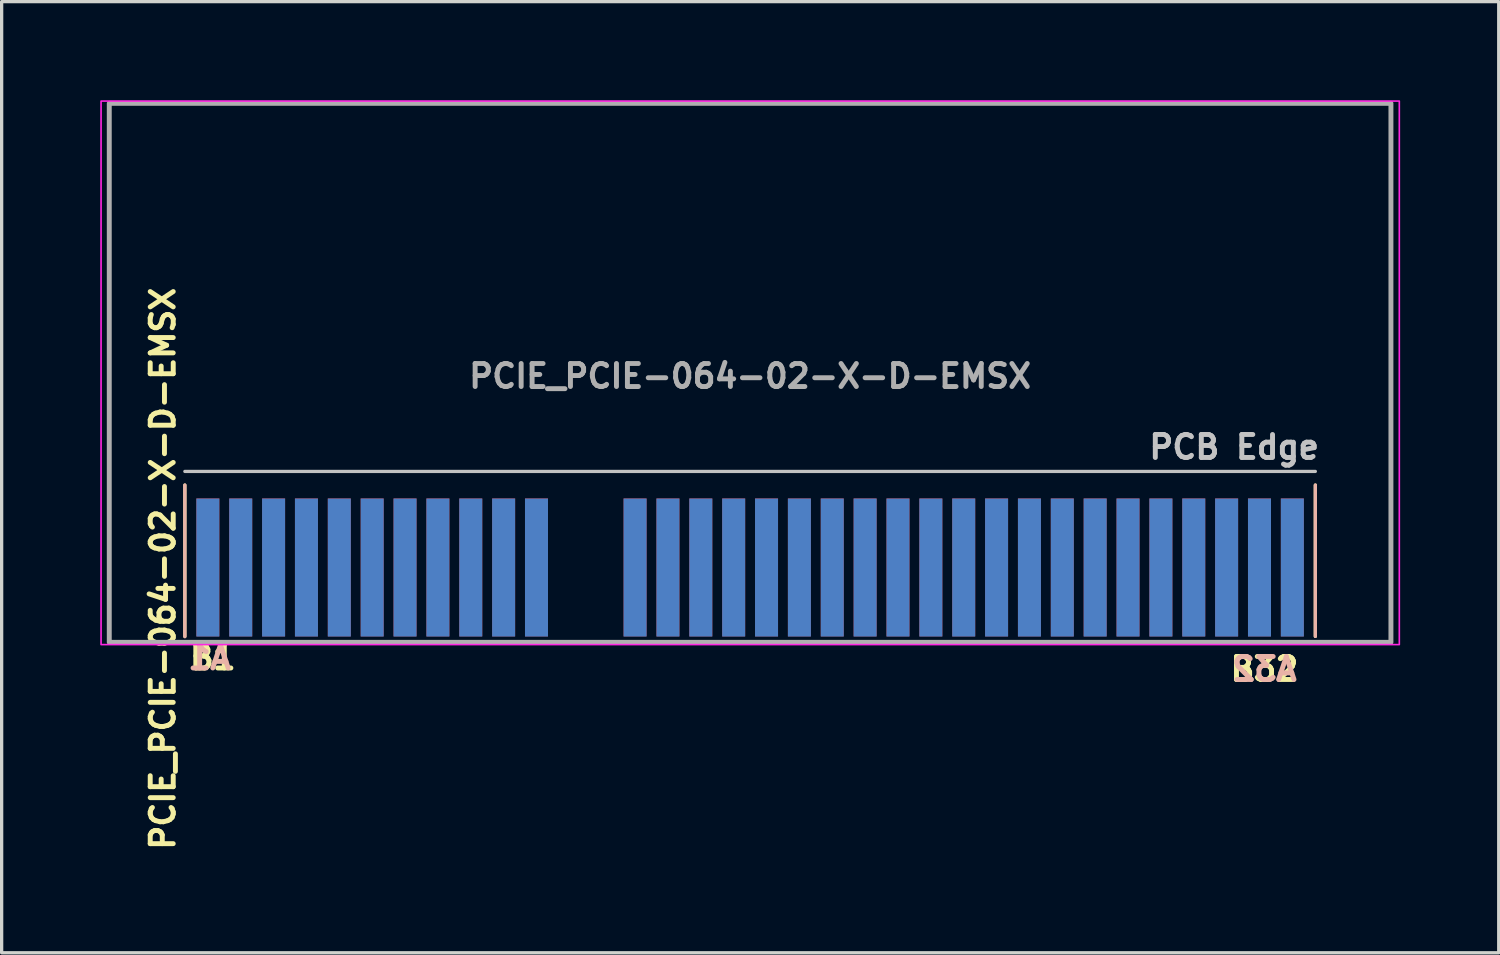
<source format=kicad_pcb>
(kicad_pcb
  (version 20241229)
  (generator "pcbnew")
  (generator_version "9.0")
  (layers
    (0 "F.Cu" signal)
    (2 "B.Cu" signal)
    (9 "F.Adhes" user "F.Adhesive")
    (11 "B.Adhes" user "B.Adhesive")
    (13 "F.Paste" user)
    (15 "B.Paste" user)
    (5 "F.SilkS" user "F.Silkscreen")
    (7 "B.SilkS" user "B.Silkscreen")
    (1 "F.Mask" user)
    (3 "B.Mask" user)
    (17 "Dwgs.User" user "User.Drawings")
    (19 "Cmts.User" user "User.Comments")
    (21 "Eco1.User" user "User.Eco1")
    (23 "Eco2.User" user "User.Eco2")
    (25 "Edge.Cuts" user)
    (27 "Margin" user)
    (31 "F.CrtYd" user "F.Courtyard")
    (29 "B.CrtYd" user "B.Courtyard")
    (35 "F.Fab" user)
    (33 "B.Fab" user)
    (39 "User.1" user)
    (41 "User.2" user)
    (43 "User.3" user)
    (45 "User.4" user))
  (footprint "PCIE_PCIE-064-02-X-D-EMSX"
    (layer "F.Cu")
    (at 19.775 8.295)
    (property "Reference" "PCIE_PCIE-064-02-X-D-EMSX" (at -17.87 5.96 90) (layer "F.SilkS") (effects (font (size 0.7 0.7) (thickness 0.15))))
    (attr smd)
    (fp_line (start -17.2 8.02) (end -17.2 3.415) (stroke (width 0.1) (type solid)) (layer "F.SilkS"))
    (fp_line (start 17.2 3.415) (end 17.2 8.02) (stroke (width 0.1) (type solid)) (layer "F.SilkS"))
    (fp_line (start -17.2 8.03) (end -17.2 3.415) (stroke (width 0.1) (type solid)) (layer "B.SilkS"))
    (fp_line (start 17.2 3.415) (end 17.2 8.02) (stroke (width 0.1) (type solid)) (layer "B.SilkS"))
    (fp_line (start -17.2 3) (end 17.2 3) (stroke (width 0.1) (type solid)) (layer "Dwgs.User"))
    (fp_rect (start -19.75 -8.27) (end 19.755 8.27) (stroke (width 0.05) (type solid)) (fill no) (layer "F.CrtYd"))
    (fp_rect (start -19.5 -8.2) (end 19.5 8.2) (stroke (width 0.15) (type solid)) (fill no) (layer "F.Fab"))
    (fp_rect (start -19.5 -8.2) (end 19.5 8.2) (stroke (width 0.15) (type solid)) (fill no) (layer "User.5"))
    (fp_text user "B1" (at -16.35 8.665 0) (layer "F.SilkS") (effects (font (size 0.7 0.7) (thickness 0.15))))
    (fp_text user "B32" (at 15.65 9.015 0) (layer "F.SilkS") (effects (font (size 0.7 0.7) (thickness 0.15))))
    (fp_text user "A32" (at 15.65 9.015 0) (layer "B.SilkS") (effects (font (size 0.7 0.7) (thickness 0.15)) (justify mirror)))
    (fp_text user "A1" (at -16.45 8.665 0) (layer "B.SilkS") (effects (font (size 0.7 0.7) (thickness 0.15)) (justify mirror)))
    (fp_text user "PCB Edge" (at 14.73 2.26 0) (unlocked yes) (layer "Dwgs.User") (effects (font (size 0.7 0.7) (thickness 0.15))))
    (fp_text user "${REFERENCE}" (at 0 0.1 0) (layer "F.Fab") (effects (font (size 0.7 0.7) (thickness 0.15))))
    (pad "A1" smd rect (at -16.5 5.925) (size 0.7 4.2) (layers "F.Mask" "B.Cu" "F.Paste"))
    (pad "A2" smd rect (at -15.5 5.925) (size 0.7 4.2) (layers "F.Mask" "B.Cu" "F.Paste"))
    (pad "A3" smd rect (at -14.5 5.925) (size 0.7 4.2) (layers "F.Mask" "B.Cu" "F.Paste"))
    (pad "A4" smd rect (at -13.5 5.925) (size 0.7 4.2) (layers "F.Mask" "B.Cu" "F.Paste"))
    (pad "A5" smd rect (at -12.5 5.925) (size 0.7 4.2) (layers "F.Mask" "B.Cu" "F.Paste"))
    (pad "A6" smd rect (at -11.5 5.925) (size 0.7 4.2) (layers "F.Mask" "B.Cu" "F.Paste"))
    (pad "A7" smd rect (at -10.5 5.925) (size 0.7 4.2) (layers "F.Mask" "B.Cu" "F.Paste"))
    (pad "A8" smd rect (at -9.5 5.925) (size 0.7 4.2) (layers "F.Mask" "B.Cu" "F.Paste"))
    (pad "A9" smd rect (at -8.5 5.925) (size 0.7 4.2) (layers "F.Mask" "B.Cu" "F.Paste"))
    (pad "A10" smd rect (at -7.5 5.925) (size 0.7 4.2) (layers "F.Mask" "B.Cu" "F.Paste"))
    (pad "A11" smd rect (at -6.5 5.925) (size 0.7 4.2) (layers "F.Mask" "B.Cu" "F.Paste"))
    (pad "A12" smd rect (at -3.5 5.925) (size 0.7 4.2) (layers "F.Mask" "B.Cu" "F.Paste"))
    (pad "A13" smd rect (at -2.5 5.925) (size 0.7 4.2) (layers "F.Mask" "B.Cu" "F.Paste"))
    (pad "A14" smd rect (at -1.5 5.925) (size 0.7 4.2) (layers "F.Mask" "B.Cu" "F.Paste"))
    (pad "A15" smd rect (at -0.5 5.925) (size 0.7 4.2) (layers "F.Mask" "B.Cu" "F.Paste"))
    (pad "A16" smd rect (at 0.5 5.925) (size 0.7 4.2) (layers "F.Mask" "B.Cu" "F.Paste"))
    (pad "A17" smd rect (at 1.5 5.925) (size 0.7 4.2) (layers "F.Mask" "B.Cu" "F.Paste"))
    (pad "A18" smd rect (at 2.5 5.925) (size 0.7 4.2) (layers "F.Mask" "B.Cu" "F.Paste"))
    (pad "A19" smd rect (at 3.5 5.925) (size 0.7 4.2) (layers "F.Mask" "B.Cu" "F.Paste"))
    (pad "A20" smd rect (at 4.5 5.925) (size 0.7 4.2) (layers "F.Mask" "B.Cu" "F.Paste"))
    (pad "A21" smd rect (at 5.5 5.925) (size 0.7 4.2) (layers "F.Mask" "B.Cu" "F.Paste"))
    (pad "A22" smd rect (at 6.5 5.925) (size 0.7 4.2) (layers "F.Mask" "B.Cu" "F.Paste"))
    (pad "A23" smd rect (at 7.5 5.925) (size 0.7 4.2) (layers "F.Mask" "B.Cu" "F.Paste"))
    (pad "A24" smd rect (at 8.5 5.925) (size 0.7 4.2) (layers "F.Mask" "B.Cu" "F.Paste"))
    (pad "A25" smd rect (at 9.5 5.925) (size 0.7 4.2) (layers "F.Mask" "B.Cu" "F.Paste"))
    (pad "A26" smd rect (at 10.5 5.925) (size 0.7 4.2) (layers "F.Mask" "B.Cu" "F.Paste"))
    (pad "A27" smd rect (at 11.5 5.925) (size 0.7 4.2) (layers "F.Mask" "B.Cu" "F.Paste"))
    (pad "A28" smd rect (at 12.5 5.925) (size 0.7 4.2) (layers "F.Mask" "B.Cu" "F.Paste"))
    (pad "A29" smd rect (at 13.5 5.925) (size 0.7 4.2) (layers "F.Mask" "B.Cu" "F.Paste"))
    (pad "A30" smd rect (at 14.5 5.925) (size 0.7 4.2) (layers "F.Mask" "B.Cu" "F.Paste"))
    (pad "A31" smd rect (at 15.5 5.925) (size 0.7 4.2) (layers "F.Mask" "B.Cu" "F.Paste"))
    (pad "A32" smd rect (at 16.5 5.925) (size 0.7 4.2) (layers "F.Mask" "B.Cu" "F.Paste"))
    (pad "B1" smd rect (at -16.5 5.92) (size 0.7 4.2) (layers "F.Cu" "B.Mask" "B.Paste"))
    (pad "B2" smd rect (at -15.5 5.92) (size 0.7 4.2) (layers "F.Cu" "B.Mask" "B.Paste"))
    (pad "B3" smd rect (at -14.5 5.92) (size 0.7 4.2) (layers "F.Cu" "B.Mask" "B.Paste"))
    (pad "B4" smd rect (at -13.5 5.92) (size 0.7 4.2) (layers "F.Cu" "B.Mask" "B.Paste"))
    (pad "B5" smd rect (at -12.5 5.92) (size 0.7 4.2) (layers "F.Cu" "B.Mask" "B.Paste"))
    (pad "B6" smd rect (at -11.5 5.92) (size 0.7 4.2) (layers "F.Cu" "B.Mask" "B.Paste"))
    (pad "B7" smd rect (at -10.5 5.92) (size 0.7 4.2) (layers "F.Cu" "B.Mask" "B.Paste"))
    (pad "B8" smd rect (at -9.5 5.92) (size 0.7 4.2) (layers "F.Cu" "B.Mask" "B.Paste"))
    (pad "B9" smd rect (at -8.5 5.92) (size 0.7 4.2) (layers "F.Cu" "B.Mask" "B.Paste"))
    (pad "B10" smd rect (at -7.5 5.92) (size 0.7 4.2) (layers "F.Cu" "B.Mask" "B.Paste"))
    (pad "B11" smd rect (at -6.5 5.92) (size 0.7 4.2) (layers "F.Cu" "B.Mask" "B.Paste"))
    (pad "B12" smd rect (at -3.5 5.92) (size 0.7 4.2) (layers "F.Cu" "B.Mask" "B.Paste"))
    (pad "B13" smd rect (at -2.5 5.92) (size 0.7 4.2) (layers "F.Cu" "B.Mask" "B.Paste"))
    (pad "B14" smd rect (at -1.5 5.92) (size 0.7 4.2) (layers "F.Cu" "B.Mask" "B.Paste"))
    (pad "B15" smd rect (at -0.5 5.92) (size 0.7 4.2) (layers "F.Cu" "B.Mask" "B.Paste"))
    (pad "B16" smd rect (at 0.5 5.92) (size 0.7 4.2) (layers "F.Cu" "B.Mask" "B.Paste"))
    (pad "B17" smd rect (at 1.5 5.92) (size 0.7 4.2) (layers "F.Cu" "B.Mask" "B.Paste"))
    (pad "B18" smd rect (at 2.5 5.92) (size 0.7 4.2) (layers "F.Cu" "B.Mask" "B.Paste"))
    (pad "B19" smd rect (at 3.5 5.92) (size 0.7 4.2) (layers "F.Cu" "B.Mask" "B.Paste"))
    (pad "B20" smd rect (at 4.5 5.92) (size 0.7 4.2) (layers "F.Cu" "B.Mask" "B.Paste"))
    (pad "B21" smd rect (at 5.5 5.92) (size 0.7 4.2) (layers "F.Cu" "B.Mask" "B.Paste"))
    (pad "B22" smd rect (at 6.5 5.92) (size 0.7 4.2) (layers "F.Cu" "B.Mask" "B.Paste"))
    (pad "B23" smd rect (at 7.5 5.92) (size 0.7 4.2) (layers "F.Cu" "B.Mask" "B.Paste"))
    (pad "B24" smd rect (at 8.5 5.92) (size 0.7 4.2) (layers "F.Cu" "B.Mask" "B.Paste"))
    (pad "B25" smd rect (at 9.5 5.92) (size 0.7 4.2) (layers "F.Cu" "B.Mask" "B.Paste"))
    (pad "B26" smd rect (at 10.5 5.92) (size 0.7 4.2) (layers "F.Cu" "B.Mask" "B.Paste"))
    (pad "B27" smd rect (at 11.5 5.92) (size 0.7 4.2) (layers "F.Cu" "B.Mask" "B.Paste"))
    (pad "B28" smd rect (at 12.5 5.92) (size 0.7 4.2) (layers "F.Cu" "B.Mask" "B.Paste"))
    (pad "B29" smd rect (at 13.5 5.92) (size 0.7 4.2) (layers "F.Cu" "B.Mask" "B.Paste"))
    (pad "B30" smd rect (at 14.5 5.92) (size 0.7 4.2) (layers "F.Cu" "B.Mask" "B.Paste"))
    (pad "B31" smd rect (at 15.5 5.92) (size 0.7 4.2) (layers "F.Cu" "B.Mask" "B.Paste"))
    (pad "B32" smd rect (at 16.5 5.92) (size 0.7 4.2) (layers "F.Cu" "B.Mask" "B.Paste")))
  (gr_rect
    (start -3 -3)
    (end 42.555 25.943)
    (stroke (width 0.1) (type default))
    (fill no)
    (layer "Edge.Cuts")))
</source>
